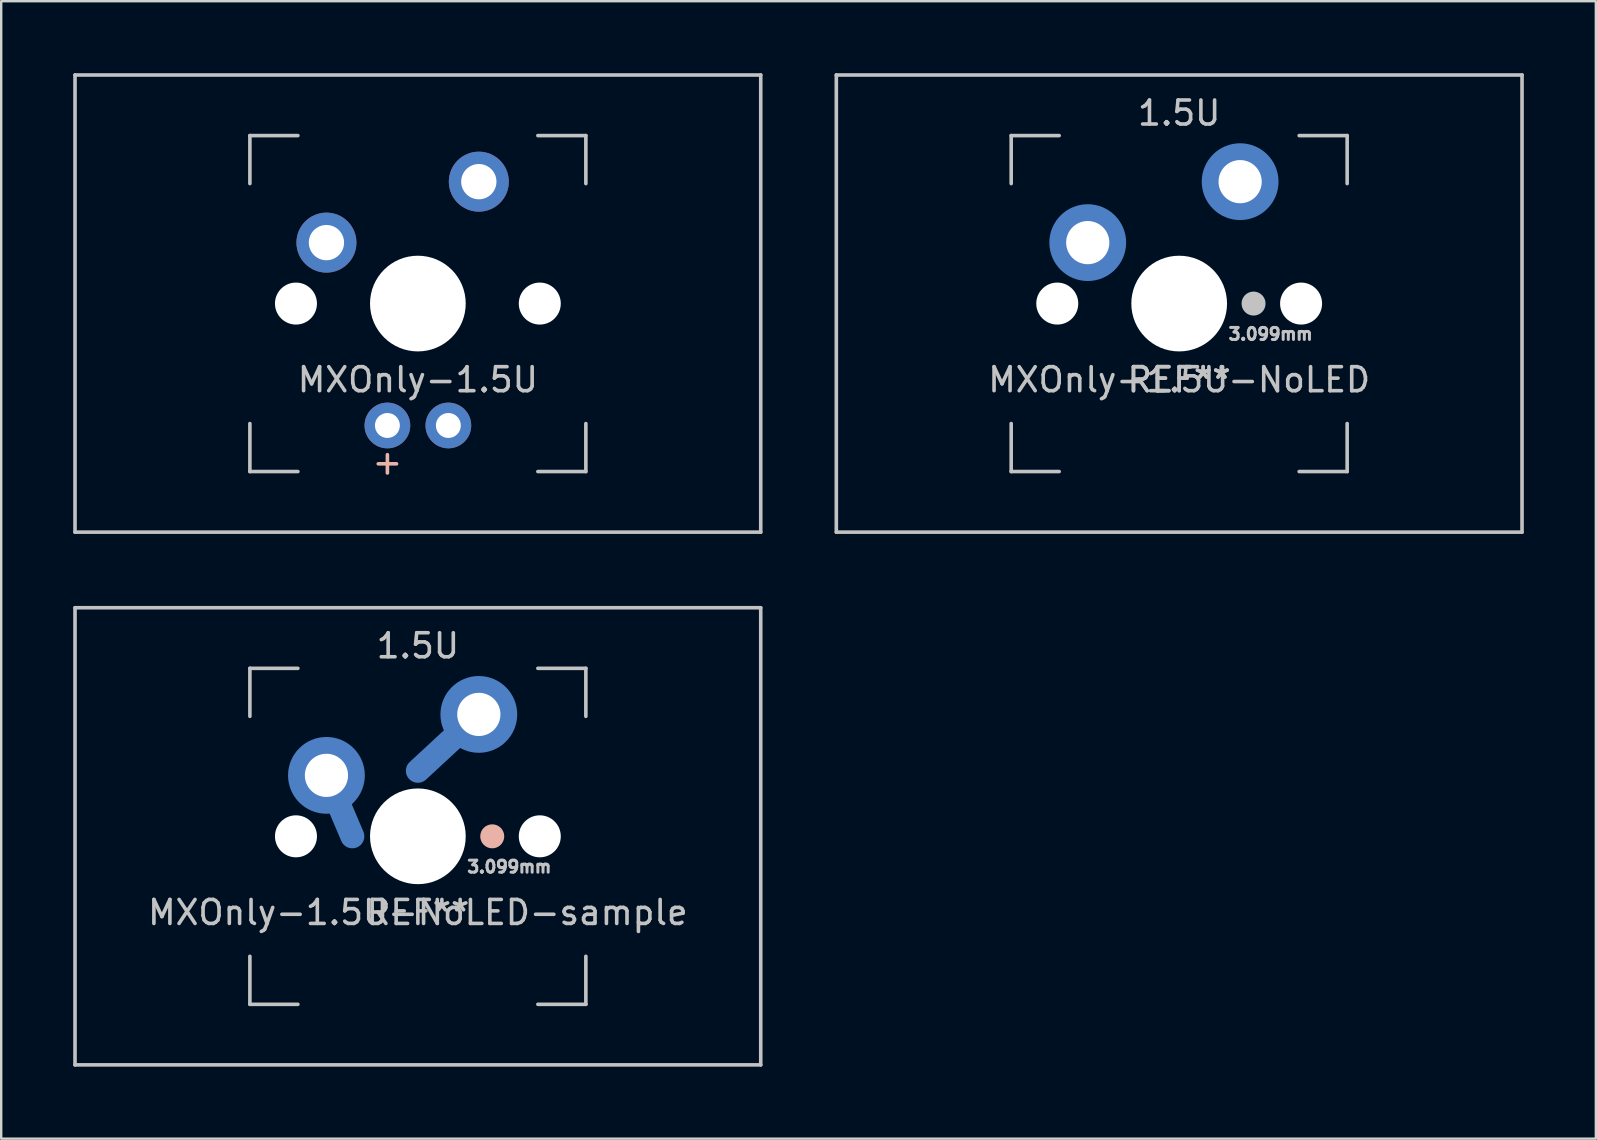
<source format=kicad_pcb>
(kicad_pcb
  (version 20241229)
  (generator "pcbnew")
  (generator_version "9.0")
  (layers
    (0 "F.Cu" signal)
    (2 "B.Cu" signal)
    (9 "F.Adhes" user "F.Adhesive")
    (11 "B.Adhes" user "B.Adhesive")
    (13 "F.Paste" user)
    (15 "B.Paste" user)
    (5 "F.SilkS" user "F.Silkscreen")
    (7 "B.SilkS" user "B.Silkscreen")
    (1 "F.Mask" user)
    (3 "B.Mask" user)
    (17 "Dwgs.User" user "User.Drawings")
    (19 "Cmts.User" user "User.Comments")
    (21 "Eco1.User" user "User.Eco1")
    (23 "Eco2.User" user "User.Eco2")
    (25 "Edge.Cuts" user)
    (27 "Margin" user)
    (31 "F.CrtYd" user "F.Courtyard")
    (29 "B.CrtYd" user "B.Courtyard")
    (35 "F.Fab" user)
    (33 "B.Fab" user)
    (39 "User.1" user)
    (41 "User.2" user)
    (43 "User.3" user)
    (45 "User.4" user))
  (footprint "MXOnly-1.5U-NoLED"
    (layer "F.Cu")
    (at 46.087 9.6)
    (property "Reference" "MXOnly-1.5U-NoLED" (at 0 3.175 0) (layer "Dwgs.User") (effects (font (size 1 1) (thickness 0.15))))
    (attr through_hole)
    (fp_line (start -14.287 -9.525) (end 14.287 -9.525) (stroke (width 0.15) (type solid)) (layer "Dwgs.User"))
    (fp_line (start -14.287 9.525) (end -14.287 -9.525) (stroke (width 0.15) (type solid)) (layer "Dwgs.User"))
    (fp_line (start -14.287 9.525) (end 14.287 9.525) (stroke (width 0.15) (type solid)) (layer "Dwgs.User"))
    (fp_line (start -7 -7) (end -7 -5) (stroke (width 0.15) (type solid)) (layer "Dwgs.User"))
    (fp_line (start -7 5) (end -7 7) (stroke (width 0.15) (type solid)) (layer "Dwgs.User"))
    (fp_line (start -7 7) (end -5 7) (stroke (width 0.15) (type solid)) (layer "Dwgs.User"))
    (fp_line (start -5 -7) (end -7 -7) (stroke (width 0.15) (type solid)) (layer "Dwgs.User"))
    (fp_line (start 5 -7) (end 7 -7) (stroke (width 0.15) (type solid)) (layer "Dwgs.User"))
    (fp_line (start 5 7) (end 7 7) (stroke (width 0.15) (type solid)) (layer "Dwgs.User"))
    (fp_line (start 7 -7) (end 7 -5) (stroke (width 0.15) (type solid)) (layer "Dwgs.User"))
    (fp_line (start 7 7) (end 7 5) (stroke (width 0.15) (type solid)) (layer "Dwgs.User"))
    (fp_line (start 14.287 -9.525) (end 14.287 9.525) (stroke (width 0.15) (type solid)) (layer "Dwgs.User"))
    (fp_text user "1.5U" (at 0 -7.938 0) (layer "Dwgs.User") (effects (font (size 1 1) (thickness 0.15))))
    (fp_text user "3.099mm" (at 3.81 1.27 0) (layer "Dwgs.User") (effects (font (size 0.5 0.5) (thickness 0.125))))
    (fp_text user "REF**" (at 0 3.175 0) (layer "Dwgs.User") (effects (font (size 1 1) (thickness 0.15))))
    (fp_text user "REF**" (at 0 3.175 0) (layer "Dwgs.User") (effects (font (size 1 1) (thickness 0.15))))
    (pad "" np_thru_hole circle (at -5.08 0 48.1) (size 1.75 1.75) (drill 1.75) (layers "*.Cu" "*.Mask"))
    (pad "" smd circle (at -3.81 -2.54) (size 2.8 2.8) (layers "B.Mask"))
    (pad "" np_thru_hole circle (at 0 0) (size 3.988 3.988) (drill 3.988) (layers "*.Cu" "*.Mask"))
    (pad "" smd circle (at 2.54 -5.08) (size 2.8 2.8) (layers "B.Mask"))
    (pad "" smd circle (at 3.099 0) (size 1 1) (layers "Dwgs.User"))
    (pad "" np_thru_hole circle (at 5.08 0 48.1) (size 1.75 1.75) (drill 1.75) (layers "*.Cu" "*.Mask"))
    (pad "1" thru_hole circle (at -3.81 -2.54) (size 2.4 2.4) (drill 1.8) (layers "*.Cu"))
    (pad "1" smd circle (at -3.81 -2.54) (size 3.2 3.2) (layers "B.Cu"))
    (pad "2" thru_hole circle (at 2.54 -5.08) (size 2.4 2.4) (drill 1.8) (layers "*.Cu"))
    (pad "2" smd circle (at 2.54 -5.08) (size 3.2 3.2) (layers "B.Cu")))
  (footprint "MXOnly-1.5U-NoLED-sample"
    (layer "F.Cu")
    (at 14.363 31.8)
    (property "Reference" "MXOnly-1.5U-NoLED-sample" (at 0 3.175 0) (layer "Dwgs.User") (effects (font (size 1 1) (thickness 0.15))))
    (attr through_hole)
    (fp_line (start -14.287 -9.525) (end 14.287 -9.525) (stroke (width 0.15) (type solid)) (layer "Dwgs.User"))
    (fp_line (start -14.287 9.525) (end -14.287 -9.525) (stroke (width 0.15) (type solid)) (layer "Dwgs.User"))
    (fp_line (start -14.287 9.525) (end 14.287 9.525) (stroke (width 0.15) (type solid)) (layer "Dwgs.User"))
    (fp_line (start -7 -7) (end -7 -5) (stroke (width 0.15) (type solid)) (layer "Dwgs.User"))
    (fp_line (start -7 5) (end -7 7) (stroke (width 0.15) (type solid)) (layer "Dwgs.User"))
    (fp_line (start -7 7) (end -5 7) (stroke (width 0.15) (type solid)) (layer "Dwgs.User"))
    (fp_line (start -5 -7) (end -7 -7) (stroke (width 0.15) (type solid)) (layer "Dwgs.User"))
    (fp_line (start 5 -7) (end 7 -7) (stroke (width 0.15) (type solid)) (layer "Dwgs.User"))
    (fp_line (start 5 7) (end 7 7) (stroke (width 0.15) (type solid)) (layer "Dwgs.User"))
    (fp_line (start 7 -7) (end 7 -5) (stroke (width 0.15) (type solid)) (layer "Dwgs.User"))
    (fp_line (start 7 7) (end 7 5) (stroke (width 0.15) (type solid)) (layer "Dwgs.User"))
    (fp_line (start 14.287 -9.525) (end 14.287 9.525) (stroke (width 0.15) (type solid)) (layer "Dwgs.User"))
    (fp_text user "1.5U" (at 0 -7.938 0) (layer "Dwgs.User") (effects (font (size 1 1) (thickness 0.15))))
    (fp_text user "REF**" (at 0 3.175 0) (layer "Dwgs.User") (effects (font (size 1 1) (thickness 0.15))))
    (fp_text user "3.099mm" (at 3.81 1.27 0) (layer "Dwgs.User") (effects (font (size 0.5 0.5) (thickness 0.125))))
    (pad "" np_thru_hole circle (at -5.08 0 48.1) (size 1.75 1.75) (drill 1.75) (layers "*.Cu" "*.Mask"))
    (pad "" smd circle (at -3.81 -2.54) (size 2.8 2.8) (layers "B.Mask"))
    (pad "" smd circle (at -2.731 0) (size 1 1) (layers "B.Mask"))
    (pad "" connect circle (at 0 -2.731 270) (size 1 1) (layers "B.Mask"))
    (pad "" np_thru_hole circle (at 0 0) (size 3.988 3.988) (drill 3.988) (layers "*.Cu" "*.Mask"))
    (pad "" smd circle (at 2.54 -5.08) (size 2.8 2.8) (layers "B.Mask"))
    (pad "" smd circle (at 3.099 0) (size 1 1) (layers "B.SilkS"))
    (pad "" np_thru_hole circle (at 5.08 0 48.1) (size 1.75 1.75) (drill 1.75) (layers "*.Cu" "*.Mask"))
    (pad "1" thru_hole circle (at -3.81 -2.54) (size 2.4 2.4) (drill 1.8) (layers "*.Cu"))
    (pad "1" connect circle (at -3.81 -2.54) (size 3.2 3.2) (layers "B.Cu"))
    (pad "1" smd oval (at -2.731 0 23) (size 1 2.76) (drill (offset 0 -0.88)) (layers "B.Cu"))
    (pad "2" connect oval (at 0 -2.731 312.8) (size 1 3.46) (drill (offset 0 -1.23)) (layers "B.Cu"))
    (pad "2" thru_hole circle (at 2.54 -5.08) (size 2.4 2.4) (drill 1.8) (layers "*.Cu"))
    (pad "2" connect circle (at 2.54 -5.08) (size 3.2 3.2) (layers "B.Cu")))
  (footprint "MXOnly-1.5U"
    (layer "F.Cu")
    (at 14.363 9.6)
    (property "Reference" "MXOnly-1.5U" (at 0 3.175 0) (layer "Dwgs.User") (effects (font (size 1 1) (thickness 0.15))))
    (attr through_hole)
    (fp_line (start -14.287 -9.525) (end 14.287 -9.525) (stroke (width 0.15) (type solid)) (layer "Dwgs.User"))
    (fp_line (start -14.287 9.525) (end -14.287 -9.525) (stroke (width 0.15) (type solid)) (layer "Dwgs.User"))
    (fp_line (start -14.287 9.525) (end 14.287 9.525) (stroke (width 0.15) (type solid)) (layer "Dwgs.User"))
    (fp_line (start -7 -7) (end -7 -5) (stroke (width 0.15) (type solid)) (layer "Dwgs.User"))
    (fp_line (start -7 5) (end -7 7) (stroke (width 0.15) (type solid)) (layer "Dwgs.User"))
    (fp_line (start -7 7) (end -5 7) (stroke (width 0.15) (type solid)) (layer "Dwgs.User"))
    (fp_line (start -5 -7) (end -7 -7) (stroke (width 0.15) (type solid)) (layer "Dwgs.User"))
    (fp_line (start 5 -7) (end 7 -7) (stroke (width 0.15) (type solid)) (layer "Dwgs.User"))
    (fp_line (start 5 7) (end 7 7) (stroke (width 0.15) (type solid)) (layer "Dwgs.User"))
    (fp_line (start 7 -7) (end 7 -5) (stroke (width 0.15) (type solid)) (layer "Dwgs.User"))
    (fp_line (start 7 7) (end 7 5) (stroke (width 0.15) (type solid)) (layer "Dwgs.User"))
    (fp_line (start 14.287 -9.525) (end 14.287 9.525) (stroke (width 0.15) (type solid)) (layer "Dwgs.User"))
    (fp_text user "+" (at -1.27 6.604 0) (layer "B.SilkS") (effects (font (size 1 1) (thickness 0.15))))
    (pad "" np_thru_hole circle (at -5.08 0 48.1) (size 1.75 1.75) (drill 1.75) (layers "*.Cu" "*.Mask"))
    (pad "" np_thru_hole circle (at 0 0) (size 3.988 3.988) (drill 3.988) (layers "*.Cu" "*.Mask"))
    (pad "" np_thru_hole circle (at 5.08 0 48.1) (size 1.75 1.75) (drill 1.75) (layers "*.Cu" "*.Mask"))
    (pad "1" thru_hole circle (at -3.81 -2.54) (size 2.5 2.5) (drill 1.47) (layers "*.Cu" "B.Mask"))
    (pad "2" thru_hole circle (at 2.54 -5.08) (size 2.5 2.5) (drill 1.47) (layers "*.Cu" "B.Mask"))
    (pad "3" thru_hole circle (at -1.27 5.08) (size 1.905 1.905) (drill 1.04) (layers "*.Cu" "B.Mask"))
    (pad "4" thru_hole circle (at 1.27 5.08) (size 1.905 1.905) (drill 1.04) (layers "*.Cu" "B.Mask")))
  (gr_rect
    (start -3 -3)
    (end 63.45 44.4)
    (stroke (width 0.1) (type default))
    (fill no)
    (layer "Edge.Cuts")))
</source>
